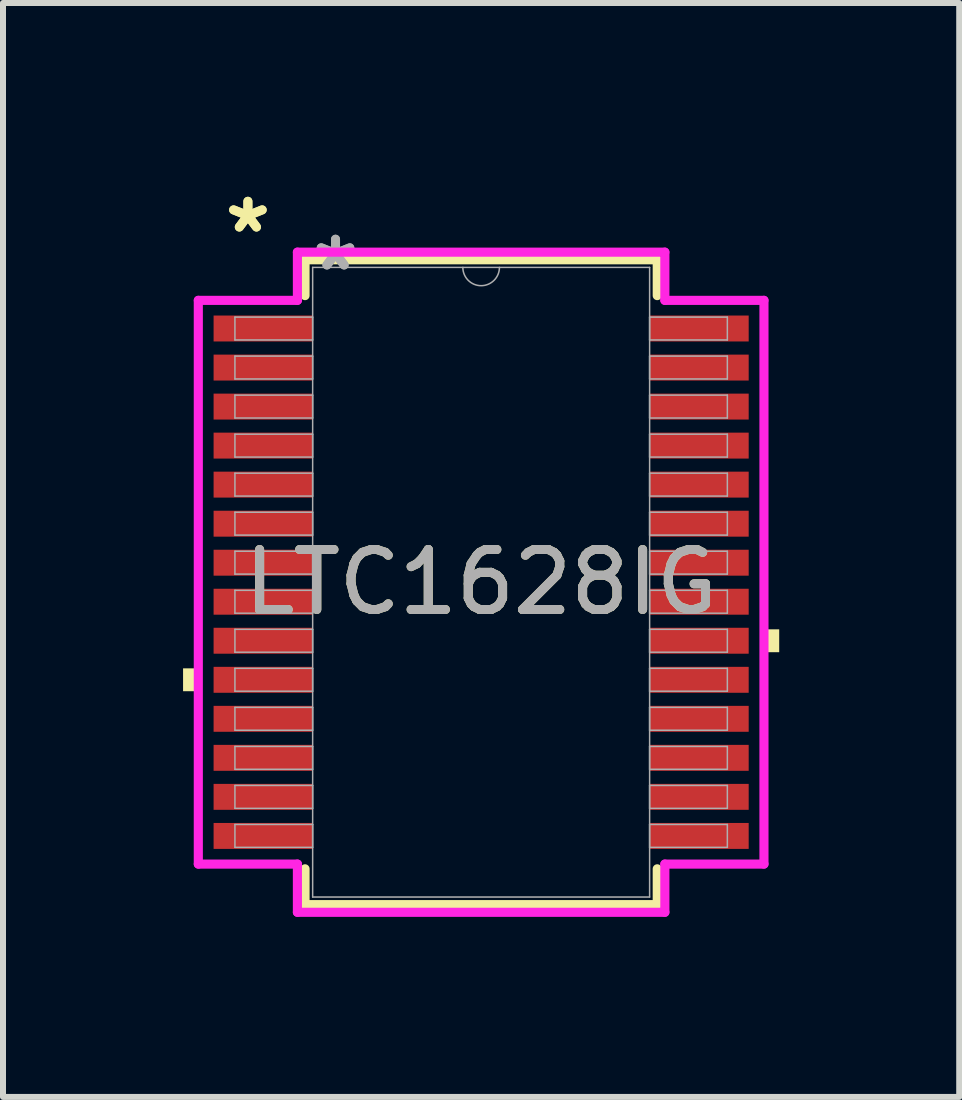
<source format=kicad_pcb>
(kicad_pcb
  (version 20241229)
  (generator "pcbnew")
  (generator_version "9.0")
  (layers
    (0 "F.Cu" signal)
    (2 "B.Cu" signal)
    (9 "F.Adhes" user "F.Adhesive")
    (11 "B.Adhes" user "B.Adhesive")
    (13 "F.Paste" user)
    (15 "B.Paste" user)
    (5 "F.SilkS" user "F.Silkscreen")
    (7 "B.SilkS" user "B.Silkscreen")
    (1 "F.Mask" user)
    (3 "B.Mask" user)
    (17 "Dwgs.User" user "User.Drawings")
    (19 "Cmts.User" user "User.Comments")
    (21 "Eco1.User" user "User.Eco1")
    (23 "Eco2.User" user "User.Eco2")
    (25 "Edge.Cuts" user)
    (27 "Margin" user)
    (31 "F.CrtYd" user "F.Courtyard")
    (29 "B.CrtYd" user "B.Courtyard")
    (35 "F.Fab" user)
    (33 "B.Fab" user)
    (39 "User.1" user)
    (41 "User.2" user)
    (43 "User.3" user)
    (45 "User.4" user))
  (footprint "LTC1628IG"
    (layer "F.Cu")
    (at 4.966 6.65)
    (property "Reference" "LTC1628IG" (at 0 0 0) (unlocked yes) (layer "F.SilkS") (effects (font (size 1 1) (thickness 0.15))))
    (attr smd)
    (fp_line (start -2.934 -5.372) (end -2.934 -4.775) (stroke (width 0.152) (type solid)) (layer "F.SilkS"))
    (fp_line (start -2.934 4.775) (end -2.934 5.372) (stroke (width 0.152) (type solid)) (layer "F.SilkS"))
    (fp_line (start -2.934 5.372) (end 2.934 5.372) (stroke (width 0.152) (type solid)) (layer "F.SilkS"))
    (fp_line (start 2.934 -5.372) (end -2.934 -5.372) (stroke (width 0.152) (type solid)) (layer "F.SilkS"))
    (fp_line (start 2.934 -4.775) (end 2.934 -5.372) (stroke (width 0.152) (type solid)) (layer "F.SilkS"))
    (fp_line (start 2.934 5.372) (end 2.934 4.775) (stroke (width 0.152) (type solid)) (layer "F.SilkS"))
    (fp_poly (pts (xy -4.966 1.435) (xy -4.966 1.816) (xy -4.712 1.816) (xy -4.712 1.435)) (stroke (width 0) (type solid)) (fill yes) (layer "F.SilkS"))
    (fp_poly (pts (xy 4.966 0.785) (xy 4.966 1.166) (xy 4.712 1.166) (xy 4.712 0.785)) (stroke (width 0) (type solid)) (fill yes) (layer "F.SilkS"))
    (fp_line (start -4.712 -4.696) (end -3.061 -4.696) (stroke (width 0.152) (type solid)) (layer "F.CrtYd"))
    (fp_line (start -4.712 4.696) (end -4.712 -4.696) (stroke (width 0.152) (type solid)) (layer "F.CrtYd"))
    (fp_line (start -4.712 4.696) (end -3.061 4.696) (stroke (width 0.152) (type solid)) (layer "F.CrtYd"))
    (fp_line (start -3.061 -5.499) (end 3.061 -5.499) (stroke (width 0.152) (type solid)) (layer "F.CrtYd"))
    (fp_line (start -3.061 -4.696) (end -3.061 -5.499) (stroke (width 0.152) (type solid)) (layer "F.CrtYd"))
    (fp_line (start -3.061 5.499) (end -3.061 4.696) (stroke (width 0.152) (type solid)) (layer "F.CrtYd"))
    (fp_line (start 3.061 -5.499) (end 3.061 -4.696) (stroke (width 0.152) (type solid)) (layer "F.CrtYd"))
    (fp_line (start 3.061 4.696) (end 3.061 5.499) (stroke (width 0.152) (type solid)) (layer "F.CrtYd"))
    (fp_line (start 3.061 5.499) (end -3.061 5.499) (stroke (width 0.152) (type solid)) (layer "F.CrtYd"))
    (fp_line (start 4.712 -4.696) (end 3.061 -4.696) (stroke (width 0.152) (type solid)) (layer "F.CrtYd"))
    (fp_line (start 4.712 -4.696) (end 4.712 4.696) (stroke (width 0.152) (type solid)) (layer "F.CrtYd"))
    (fp_line (start 4.712 4.696) (end 3.061 4.696) (stroke (width 0.152) (type solid)) (layer "F.CrtYd"))
    (fp_line (start -4.102 -4.417) (end -4.102 -4.036) (stroke (width 0.025) (type solid)) (layer "F.Fab"))
    (fp_line (start -4.102 -4.036) (end -2.807 -4.036) (stroke (width 0.025) (type solid)) (layer "F.Fab"))
    (fp_line (start -4.102 -3.767) (end -4.102 -3.386) (stroke (width 0.025) (type solid)) (layer "F.Fab"))
    (fp_line (start -4.102 -3.386) (end -2.807 -3.386) (stroke (width 0.025) (type solid)) (layer "F.Fab"))
    (fp_line (start -4.102 -3.117) (end -4.102 -2.736) (stroke (width 0.025) (type solid)) (layer "F.Fab"))
    (fp_line (start -4.102 -2.736) (end -2.807 -2.736) (stroke (width 0.025) (type solid)) (layer "F.Fab"))
    (fp_line (start -4.102 -2.466) (end -4.102 -2.085) (stroke (width 0.025) (type solid)) (layer "F.Fab"))
    (fp_line (start -4.102 -2.085) (end -2.807 -2.085) (stroke (width 0.025) (type solid)) (layer "F.Fab"))
    (fp_line (start -4.102 -1.816) (end -4.102 -1.435) (stroke (width 0.025) (type solid)) (layer "F.Fab"))
    (fp_line (start -4.102 -1.435) (end -2.807 -1.435) (stroke (width 0.025) (type solid)) (layer "F.Fab"))
    (fp_line (start -4.102 -1.166) (end -4.102 -0.785) (stroke (width 0.025) (type solid)) (layer "F.Fab"))
    (fp_line (start -4.102 -0.785) (end -2.807 -0.785) (stroke (width 0.025) (type solid)) (layer "F.Fab"))
    (fp_line (start -4.102 -0.516) (end -4.102 -0.135) (stroke (width 0.025) (type solid)) (layer "F.Fab"))
    (fp_line (start -4.102 -0.135) (end -2.807 -0.135) (stroke (width 0.025) (type solid)) (layer "F.Fab"))
    (fp_line (start -4.102 0.135) (end -4.102 0.516) (stroke (width 0.025) (type solid)) (layer "F.Fab"))
    (fp_line (start -4.102 0.516) (end -2.807 0.516) (stroke (width 0.025) (type solid)) (layer "F.Fab"))
    (fp_line (start -4.102 0.785) (end -4.102 1.166) (stroke (width 0.025) (type solid)) (layer "F.Fab"))
    (fp_line (start -4.102 1.166) (end -2.807 1.166) (stroke (width 0.025) (type solid)) (layer "F.Fab"))
    (fp_line (start -4.102 1.435) (end -4.102 1.816) (stroke (width 0.025) (type solid)) (layer "F.Fab"))
    (fp_line (start -4.102 1.816) (end -2.807 1.816) (stroke (width 0.025) (type solid)) (layer "F.Fab"))
    (fp_line (start -4.102 2.085) (end -4.102 2.466) (stroke (width 0.025) (type solid)) (layer "F.Fab"))
    (fp_line (start -4.102 2.466) (end -2.807 2.466) (stroke (width 0.025) (type solid)) (layer "F.Fab"))
    (fp_line (start -4.102 2.736) (end -4.102 3.117) (stroke (width 0.025) (type solid)) (layer "F.Fab"))
    (fp_line (start -4.102 3.117) (end -2.807 3.117) (stroke (width 0.025) (type solid)) (layer "F.Fab"))
    (fp_line (start -4.102 3.386) (end -4.102 3.767) (stroke (width 0.025) (type solid)) (layer "F.Fab"))
    (fp_line (start -4.102 3.767) (end -2.807 3.767) (stroke (width 0.025) (type solid)) (layer "F.Fab"))
    (fp_line (start -4.102 4.036) (end -4.102 4.417) (stroke (width 0.025) (type solid)) (layer "F.Fab"))
    (fp_line (start -4.102 4.417) (end -2.807 4.417) (stroke (width 0.025) (type solid)) (layer "F.Fab"))
    (fp_line (start -2.807 -5.245) (end -2.807 5.245) (stroke (width 0.025) (type solid)) (layer "F.Fab"))
    (fp_line (start -2.807 -4.417) (end -4.102 -4.417) (stroke (width 0.025) (type solid)) (layer "F.Fab"))
    (fp_line (start -2.807 -4.036) (end -2.807 -4.417) (stroke (width 0.025) (type solid)) (layer "F.Fab"))
    (fp_line (start -2.807 -3.767) (end -4.102 -3.767) (stroke (width 0.025) (type solid)) (layer "F.Fab"))
    (fp_line (start -2.807 -3.386) (end -2.807 -3.767) (stroke (width 0.025) (type solid)) (layer "F.Fab"))
    (fp_line (start -2.807 -3.117) (end -4.102 -3.117) (stroke (width 0.025) (type solid)) (layer "F.Fab"))
    (fp_line (start -2.807 -2.736) (end -2.807 -3.117) (stroke (width 0.025) (type solid)) (layer "F.Fab"))
    (fp_line (start -2.807 -2.466) (end -4.102 -2.466) (stroke (width 0.025) (type solid)) (layer "F.Fab"))
    (fp_line (start -2.807 -2.085) (end -2.807 -2.466) (stroke (width 0.025) (type solid)) (layer "F.Fab"))
    (fp_line (start -2.807 -1.816) (end -4.102 -1.816) (stroke (width 0.025) (type solid)) (layer "F.Fab"))
    (fp_line (start -2.807 -1.435) (end -2.807 -1.816) (stroke (width 0.025) (type solid)) (layer "F.Fab"))
    (fp_line (start -2.807 -1.166) (end -4.102 -1.166) (stroke (width 0.025) (type solid)) (layer "F.Fab"))
    (fp_line (start -2.807 -0.785) (end -2.807 -1.166) (stroke (width 0.025) (type solid)) (layer "F.Fab"))
    (fp_line (start -2.807 -0.516) (end -4.102 -0.516) (stroke (width 0.025) (type solid)) (layer "F.Fab"))
    (fp_line (start -2.807 -0.135) (end -2.807 -0.516) (stroke (width 0.025) (type solid)) (layer "F.Fab"))
    (fp_line (start -2.807 0.135) (end -4.102 0.135) (stroke (width 0.025) (type solid)) (layer "F.Fab"))
    (fp_line (start -2.807 0.516) (end -2.807 0.135) (stroke (width 0.025) (type solid)) (layer "F.Fab"))
    (fp_line (start -2.807 0.785) (end -4.102 0.785) (stroke (width 0.025) (type solid)) (layer "F.Fab"))
    (fp_line (start -2.807 1.166) (end -2.807 0.785) (stroke (width 0.025) (type solid)) (layer "F.Fab"))
    (fp_line (start -2.807 1.435) (end -4.102 1.435) (stroke (width 0.025) (type solid)) (layer "F.Fab"))
    (fp_line (start -2.807 1.816) (end -2.807 1.435) (stroke (width 0.025) (type solid)) (layer "F.Fab"))
    (fp_line (start -2.807 2.085) (end -4.102 2.085) (stroke (width 0.025) (type solid)) (layer "F.Fab"))
    (fp_line (start -2.807 2.466) (end -2.807 2.085) (stroke (width 0.025) (type solid)) (layer "F.Fab"))
    (fp_line (start -2.807 2.736) (end -4.102 2.736) (stroke (width 0.025) (type solid)) (layer "F.Fab"))
    (fp_line (start -2.807 3.117) (end -2.807 2.736) (stroke (width 0.025) (type solid)) (layer "F.Fab"))
    (fp_line (start -2.807 3.386) (end -4.102 3.386) (stroke (width 0.025) (type solid)) (layer "F.Fab"))
    (fp_line (start -2.807 3.767) (end -2.807 3.386) (stroke (width 0.025) (type solid)) (layer "F.Fab"))
    (fp_line (start -2.807 4.036) (end -4.102 4.036) (stroke (width 0.025) (type solid)) (layer "F.Fab"))
    (fp_line (start -2.807 4.417) (end -2.807 4.036) (stroke (width 0.025) (type solid)) (layer "F.Fab"))
    (fp_line (start -2.807 5.245) (end 2.807 5.245) (stroke (width 0.025) (type solid)) (layer "F.Fab"))
    (fp_line (start 2.807 -5.245) (end -2.807 -5.245) (stroke (width 0.025) (type solid)) (layer "F.Fab"))
    (fp_line (start 2.807 -4.417) (end 2.807 -4.036) (stroke (width 0.025) (type solid)) (layer "F.Fab"))
    (fp_line (start 2.807 -4.036) (end 4.102 -4.036) (stroke (width 0.025) (type solid)) (layer "F.Fab"))
    (fp_line (start 2.807 -3.767) (end 2.807 -3.386) (stroke (width 0.025) (type solid)) (layer "F.Fab"))
    (fp_line (start 2.807 -3.386) (end 4.102 -3.386) (stroke (width 0.025) (type solid)) (layer "F.Fab"))
    (fp_line (start 2.807 -3.117) (end 2.807 -2.736) (stroke (width 0.025) (type solid)) (layer "F.Fab"))
    (fp_line (start 2.807 -2.736) (end 4.102 -2.736) (stroke (width 0.025) (type solid)) (layer "F.Fab"))
    (fp_line (start 2.807 -2.466) (end 2.807 -2.085) (stroke (width 0.025) (type solid)) (layer "F.Fab"))
    (fp_line (start 2.807 -2.085) (end 4.102 -2.085) (stroke (width 0.025) (type solid)) (layer "F.Fab"))
    (fp_line (start 2.807 -1.816) (end 2.807 -1.435) (stroke (width 0.025) (type solid)) (layer "F.Fab"))
    (fp_line (start 2.807 -1.435) (end 4.102 -1.435) (stroke (width 0.025) (type solid)) (layer "F.Fab"))
    (fp_line (start 2.807 -1.166) (end 2.807 -0.785) (stroke (width 0.025) (type solid)) (layer "F.Fab"))
    (fp_line (start 2.807 -0.785) (end 4.102 -0.785) (stroke (width 0.025) (type solid)) (layer "F.Fab"))
    (fp_line (start 2.807 -0.516) (end 2.807 -0.135) (stroke (width 0.025) (type solid)) (layer "F.Fab"))
    (fp_line (start 2.807 -0.135) (end 4.102 -0.135) (stroke (width 0.025) (type solid)) (layer "F.Fab"))
    (fp_line (start 2.807 0.135) (end 2.807 0.516) (stroke (width 0.025) (type solid)) (layer "F.Fab"))
    (fp_line (start 2.807 0.516) (end 4.102 0.516) (stroke (width 0.025) (type solid)) (layer "F.Fab"))
    (fp_line (start 2.807 0.785) (end 2.807 1.166) (stroke (width 0.025) (type solid)) (layer "F.Fab"))
    (fp_line (start 2.807 1.166) (end 4.102 1.166) (stroke (width 0.025) (type solid)) (layer "F.Fab"))
    (fp_line (start 2.807 1.435) (end 2.807 1.816) (stroke (width 0.025) (type solid)) (layer "F.Fab"))
    (fp_line (start 2.807 1.816) (end 4.102 1.816) (stroke (width 0.025) (type solid)) (layer "F.Fab"))
    (fp_line (start 2.807 2.085) (end 2.807 2.466) (stroke (width 0.025) (type solid)) (layer "F.Fab"))
    (fp_line (start 2.807 2.466) (end 4.102 2.466) (stroke (width 0.025) (type solid)) (layer "F.Fab"))
    (fp_line (start 2.807 2.736) (end 2.807 3.117) (stroke (width 0.025) (type solid)) (layer "F.Fab"))
    (fp_line (start 2.807 3.117) (end 4.102 3.117) (stroke (width 0.025) (type solid)) (layer "F.Fab"))
    (fp_line (start 2.807 3.386) (end 2.807 3.767) (stroke (width 0.025) (type solid)) (layer "F.Fab"))
    (fp_line (start 2.807 3.767) (end 4.102 3.767) (stroke (width 0.025) (type solid)) (layer "F.Fab"))
    (fp_line (start 2.807 4.036) (end 2.807 4.417) (stroke (width 0.025) (type solid)) (layer "F.Fab"))
    (fp_line (start 2.807 4.417) (end 4.102 4.417) (stroke (width 0.025) (type solid)) (layer "F.Fab"))
    (fp_line (start 2.807 5.245) (end 2.807 -5.245) (stroke (width 0.025) (type solid)) (layer "F.Fab"))
    (fp_line (start 4.102 -4.417) (end 2.807 -4.417) (stroke (width 0.025) (type solid)) (layer "F.Fab"))
    (fp_line (start 4.102 -4.036) (end 4.102 -4.417) (stroke (width 0.025) (type solid)) (layer "F.Fab"))
    (fp_line (start 4.102 -3.767) (end 2.807 -3.767) (stroke (width 0.025) (type solid)) (layer "F.Fab"))
    (fp_line (start 4.102 -3.386) (end 4.102 -3.767) (stroke (width 0.025) (type solid)) (layer "F.Fab"))
    (fp_line (start 4.102 -3.117) (end 2.807 -3.117) (stroke (width 0.025) (type solid)) (layer "F.Fab"))
    (fp_line (start 4.102 -2.736) (end 4.102 -3.117) (stroke (width 0.025) (type solid)) (layer "F.Fab"))
    (fp_line (start 4.102 -2.466) (end 2.807 -2.466) (stroke (width 0.025) (type solid)) (layer "F.Fab"))
    (fp_line (start 4.102 -2.085) (end 4.102 -2.466) (stroke (width 0.025) (type solid)) (layer "F.Fab"))
    (fp_line (start 4.102 -1.816) (end 2.807 -1.816) (stroke (width 0.025) (type solid)) (layer "F.Fab"))
    (fp_line (start 4.102 -1.435) (end 4.102 -1.816) (stroke (width 0.025) (type solid)) (layer "F.Fab"))
    (fp_line (start 4.102 -1.166) (end 2.807 -1.166) (stroke (width 0.025) (type solid)) (layer "F.Fab"))
    (fp_line (start 4.102 -0.785) (end 4.102 -1.166) (stroke (width 0.025) (type solid)) (layer "F.Fab"))
    (fp_line (start 4.102 -0.516) (end 2.807 -0.516) (stroke (width 0.025) (type solid)) (layer "F.Fab"))
    (fp_line (start 4.102 -0.135) (end 4.102 -0.516) (stroke (width 0.025) (type solid)) (layer "F.Fab"))
    (fp_line (start 4.102 0.135) (end 2.807 0.135) (stroke (width 0.025) (type solid)) (layer "F.Fab"))
    (fp_line (start 4.102 0.516) (end 4.102 0.135) (stroke (width 0.025) (type solid)) (layer "F.Fab"))
    (fp_line (start 4.102 0.785) (end 2.807 0.785) (stroke (width 0.025) (type solid)) (layer "F.Fab"))
    (fp_line (start 4.102 1.166) (end 4.102 0.785) (stroke (width 0.025) (type solid)) (layer "F.Fab"))
    (fp_line (start 4.102 1.435) (end 2.807 1.435) (stroke (width 0.025) (type solid)) (layer "F.Fab"))
    (fp_line (start 4.102 1.816) (end 4.102 1.435) (stroke (width 0.025) (type solid)) (layer "F.Fab"))
    (fp_line (start 4.102 2.085) (end 2.807 2.085) (stroke (width 0.025) (type solid)) (layer "F.Fab"))
    (fp_line (start 4.102 2.466) (end 4.102 2.085) (stroke (width 0.025) (type solid)) (layer "F.Fab"))
    (fp_line (start 4.102 2.736) (end 2.807 2.736) (stroke (width 0.025) (type solid)) (layer "F.Fab"))
    (fp_line (start 4.102 3.117) (end 4.102 2.736) (stroke (width 0.025) (type solid)) (layer "F.Fab"))
    (fp_line (start 4.102 3.386) (end 2.807 3.386) (stroke (width 0.025) (type solid)) (layer "F.Fab"))
    (fp_line (start 4.102 3.767) (end 4.102 3.386) (stroke (width 0.025) (type solid)) (layer "F.Fab"))
    (fp_line (start 4.102 4.036) (end 2.807 4.036) (stroke (width 0.025) (type solid)) (layer "F.Fab"))
    (fp_line (start 4.102 4.417) (end 4.102 4.036) (stroke (width 0.025) (type solid)) (layer "F.Fab"))
    (fp_arc (start 0.3048 -5.2451) (mid 0 -4.9403) (end -0.3048 -5.2451) (stroke (width 0.0254) (type solid)) (layer "F.Fab"))
    (fp_text user "*" (at -3.886 -5.801 0) (layer "F.SilkS") (effects (font (size 1 1) (thickness 0.15))))
    (fp_text user "*" (at -3.886 -5.801 0) (unlocked yes) (layer "F.SilkS") (effects (font (size 1 1) (thickness 0.15))))
    (fp_text user "*" (at -2.426 -5.169 0) (layer "F.Fab") (effects (font (size 1 1) (thickness 0.15))))
    (fp_text user "*" (at -2.426 -5.169 0) (unlocked yes) (layer "F.Fab") (effects (font (size 1 1) (thickness 0.15))))
    (fp_text user "${REFERENCE}" (at 0 0 0) (unlocked yes) (layer "F.Fab") (effects (font (size 1 1) (thickness 0.15))))
    (pad "1" smd rect (at -3.632 -4.227) (size 1.651 0.432) (layers "F.Cu" "F.Mask" "F.Paste"))
    (pad "2" smd rect (at -3.632 -3.576) (size 1.651 0.432) (layers "F.Cu" "F.Mask" "F.Paste"))
    (pad "3" smd rect (at -3.632 -2.926) (size 1.651 0.432) (layers "F.Cu" "F.Mask" "F.Paste"))
    (pad "4" smd rect (at -3.632 -2.276) (size 1.651 0.432) (layers "F.Cu" "F.Mask" "F.Paste"))
    (pad "5" smd rect (at -3.632 -1.626) (size 1.651 0.432) (layers "F.Cu" "F.Mask" "F.Paste"))
    (pad "6" smd rect (at -3.632 -0.975) (size 1.651 0.432) (layers "F.Cu" "F.Mask" "F.Paste"))
    (pad "7" smd rect (at -3.632 -0.325) (size 1.651 0.432) (layers "F.Cu" "F.Mask" "F.Paste"))
    (pad "8" smd rect (at -3.632 0.325) (size 1.651 0.432) (layers "F.Cu" "F.Mask" "F.Paste"))
    (pad "9" smd rect (at -3.632 0.975) (size 1.651 0.432) (layers "F.Cu" "F.Mask" "F.Paste"))
    (pad "10" smd rect (at -3.632 1.626) (size 1.651 0.432) (layers "F.Cu" "F.Mask" "F.Paste"))
    (pad "11" smd rect (at -3.632 2.276) (size 1.651 0.432) (layers "F.Cu" "F.Mask" "F.Paste"))
    (pad "12" smd rect (at -3.632 2.926) (size 1.651 0.432) (layers "F.Cu" "F.Mask" "F.Paste"))
    (pad "13" smd rect (at -3.632 3.576) (size 1.651 0.432) (layers "F.Cu" "F.Mask" "F.Paste"))
    (pad "14" smd rect (at -3.632 4.227) (size 1.651 0.432) (layers "F.Cu" "F.Mask" "F.Paste"))
    (pad "15" smd rect (at 3.632 4.227) (size 1.651 0.432) (layers "F.Cu" "F.Mask" "F.Paste"))
    (pad "16" smd rect (at 3.632 3.576) (size 1.651 0.432) (layers "F.Cu" "F.Mask" "F.Paste"))
    (pad "17" smd rect (at 3.632 2.926) (size 1.651 0.432) (layers "F.Cu" "F.Mask" "F.Paste"))
    (pad "18" smd rect (at 3.632 2.276) (size 1.651 0.432) (layers "F.Cu" "F.Mask" "F.Paste"))
    (pad "19" smd rect (at 3.632 1.626) (size 1.651 0.432) (layers "F.Cu" "F.Mask" "F.Paste"))
    (pad "20" smd rect (at 3.632 0.975) (size 1.651 0.432) (layers "F.Cu" "F.Mask" "F.Paste"))
    (pad "21" smd rect (at 3.632 0.325) (size 1.651 0.432) (layers "F.Cu" "F.Mask" "F.Paste"))
    (pad "22" smd rect (at 3.632 -0.325) (size 1.651 0.432) (layers "F.Cu" "F.Mask" "F.Paste"))
    (pad "23" smd rect (at 3.632 -0.975) (size 1.651 0.432) (layers "F.Cu" "F.Mask" "F.Paste"))
    (pad "24" smd rect (at 3.632 -1.626) (size 1.651 0.432) (layers "F.Cu" "F.Mask" "F.Paste"))
    (pad "25" smd rect (at 3.632 -2.276) (size 1.651 0.432) (layers "F.Cu" "F.Mask" "F.Paste"))
    (pad "26" smd rect (at 3.632 -2.926) (size 1.651 0.432) (layers "F.Cu" "F.Mask" "F.Paste"))
    (pad "27" smd rect (at 3.632 -3.576) (size 1.651 0.432) (layers "F.Cu" "F.Mask" "F.Paste"))
    (pad "28" smd rect (at 3.632 -4.227) (size 1.651 0.432) (layers "F.Cu" "F.Mask" "F.Paste")))
  (gr_rect
    (start -3 -3)
    (end 12.931 15.225)
    (stroke (width 0.1) (type default))
    (fill no)
    (layer "Edge.Cuts")))
</source>
